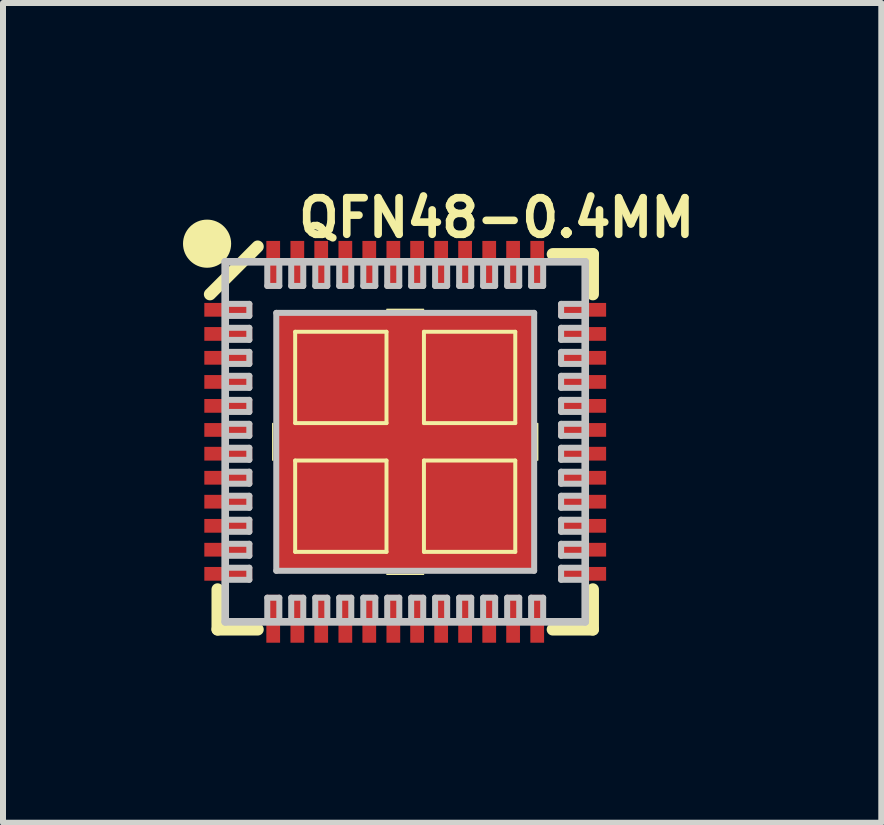
<source format=kicad_pcb>
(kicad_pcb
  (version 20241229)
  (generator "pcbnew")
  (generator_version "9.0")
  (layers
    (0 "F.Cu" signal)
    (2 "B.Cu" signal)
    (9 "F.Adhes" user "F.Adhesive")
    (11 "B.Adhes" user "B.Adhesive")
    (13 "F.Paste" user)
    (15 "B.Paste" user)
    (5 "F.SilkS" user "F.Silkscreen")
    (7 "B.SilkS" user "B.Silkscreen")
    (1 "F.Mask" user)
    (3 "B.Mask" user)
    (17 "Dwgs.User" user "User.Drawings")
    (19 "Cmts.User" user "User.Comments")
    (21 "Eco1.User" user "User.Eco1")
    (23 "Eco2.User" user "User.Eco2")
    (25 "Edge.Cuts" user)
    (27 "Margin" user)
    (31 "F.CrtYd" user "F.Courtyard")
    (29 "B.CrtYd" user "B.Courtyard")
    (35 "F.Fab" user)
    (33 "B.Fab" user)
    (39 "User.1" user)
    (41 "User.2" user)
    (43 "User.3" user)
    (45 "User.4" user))
  (footprint "QFN48-0.4MM"
    (layer "F.Cu")
    (at 3.703 4.313)
    (property "Reference" "QFN48-0.4MM" (at 1.524 -3.734 0) (layer "F.SilkS") (effects (font (size 0.61 0.61) (thickness 0.127))))
    (attr smd)
    (fp_line (start -3.127 2.459) (end -3.127 3.127) (stroke (width 0.203) (type solid)) (layer "F.SilkS"))
    (fp_line (start -3.127 3.127) (end -2.459 3.127) (stroke (width 0.203) (type solid)) (layer "F.SilkS"))
    (fp_line (start -2.459 -3.254) (end -3.254 -2.459) (stroke (width 0.203) (type solid)) (layer "F.SilkS"))
    (fp_line (start -2.207 0.305) (end -2.207 -0.305) (stroke (width 0.025) (type solid)) (layer "F.SilkS"))
    (fp_line (start -1.834 -1.834) (end -0.312 -1.834) (stroke (width 0.066) (type solid)) (layer "F.SilkS"))
    (fp_line (start -1.834 -0.312) (end -1.834 -1.834) (stroke (width 0.066) (type solid)) (layer "F.SilkS"))
    (fp_line (start -1.834 -0.312) (end -0.312 -0.312) (stroke (width 0.066) (type solid)) (layer "F.SilkS"))
    (fp_line (start -1.834 0.312) (end -0.312 0.312) (stroke (width 0.066) (type solid)) (layer "F.SilkS"))
    (fp_line (start -1.834 1.834) (end -1.834 0.312) (stroke (width 0.066) (type solid)) (layer "F.SilkS"))
    (fp_line (start -1.834 1.834) (end -0.312 1.834) (stroke (width 0.066) (type solid)) (layer "F.SilkS"))
    (fp_line (start -0.312 -0.312) (end -0.312 -1.834) (stroke (width 0.066) (type solid)) (layer "F.SilkS"))
    (fp_line (start -0.312 1.834) (end -0.312 0.312) (stroke (width 0.066) (type solid)) (layer "F.SilkS"))
    (fp_line (start -0.305 -2.207) (end 0.305 -2.207) (stroke (width 0.025) (type solid)) (layer "F.SilkS"))
    (fp_line (start 0.305 2.207) (end -0.305 2.207) (stroke (width 0.025) (type solid)) (layer "F.SilkS"))
    (fp_line (start 0.312 -1.834) (end 1.834 -1.834) (stroke (width 0.066) (type solid)) (layer "F.SilkS"))
    (fp_line (start 0.312 -0.312) (end 0.312 -1.834) (stroke (width 0.066) (type solid)) (layer "F.SilkS"))
    (fp_line (start 0.312 -0.312) (end 1.834 -0.312) (stroke (width 0.066) (type solid)) (layer "F.SilkS"))
    (fp_line (start 0.312 0.312) (end 1.834 0.312) (stroke (width 0.066) (type solid)) (layer "F.SilkS"))
    (fp_line (start 0.312 1.834) (end 0.312 0.312) (stroke (width 0.066) (type solid)) (layer "F.SilkS"))
    (fp_line (start 0.312 1.834) (end 1.834 1.834) (stroke (width 0.066) (type solid)) (layer "F.SilkS"))
    (fp_line (start 1.834 -0.312) (end 1.834 -1.834) (stroke (width 0.066) (type solid)) (layer "F.SilkS"))
    (fp_line (start 1.834 1.834) (end 1.834 0.312) (stroke (width 0.066) (type solid)) (layer "F.SilkS"))
    (fp_line (start 2.207 -0.305) (end 2.207 0.305) (stroke (width 0.025) (type solid)) (layer "F.SilkS"))
    (fp_line (start 2.459 3.127) (end 3.127 3.127) (stroke (width 0.203) (type solid)) (layer "F.SilkS"))
    (fp_line (start 3.127 -3.127) (end 2.459 -3.127) (stroke (width 0.203) (type solid)) (layer "F.SilkS"))
    (fp_line (start 3.127 -2.459) (end 3.127 -3.127) (stroke (width 0.203) (type solid)) (layer "F.SilkS"))
    (fp_line (start 3.127 3.127) (end 3.127 2.459) (stroke (width 0.203) (type solid)) (layer "F.SilkS"))
    (fp_circle (center -3.302 -3.302) (end -3.302 -3.703) (stroke (width 0) (type solid)) (fill yes) (layer "F.SilkS"))
    (fp_line (start -3 -3) (end -3 3) (stroke (width 0.127) (type solid)) (layer "Dwgs.User"))
    (fp_line (start -3 -2.299) (end -3 -2.098) (stroke (width 0.1) (type solid)) (layer "Dwgs.User"))
    (fp_line (start -3 -2.098) (end -2.598 -2.098) (stroke (width 0.1) (type solid)) (layer "Dwgs.User"))
    (fp_line (start -3 -1.9) (end -3 -1.699) (stroke (width 0.1) (type solid)) (layer "Dwgs.User"))
    (fp_line (start -3 -1.699) (end -2.598 -1.699) (stroke (width 0.1) (type solid)) (layer "Dwgs.User"))
    (fp_line (start -3 -1.499) (end -3 -1.298) (stroke (width 0.1) (type solid)) (layer "Dwgs.User"))
    (fp_line (start -3 -1.298) (end -2.598 -1.298) (stroke (width 0.1) (type solid)) (layer "Dwgs.User"))
    (fp_line (start -3 -1.1) (end -3 -0.899) (stroke (width 0.1) (type solid)) (layer "Dwgs.User"))
    (fp_line (start -3 -0.899) (end -2.598 -0.899) (stroke (width 0.1) (type solid)) (layer "Dwgs.User"))
    (fp_line (start -3 -0.699) (end -3 -0.498) (stroke (width 0.1) (type solid)) (layer "Dwgs.User"))
    (fp_line (start -3 -0.498) (end -2.598 -0.498) (stroke (width 0.1) (type solid)) (layer "Dwgs.User"))
    (fp_line (start -3 -0.3) (end -3 -0.099) (stroke (width 0.1) (type solid)) (layer "Dwgs.User"))
    (fp_line (start -3 -0.099) (end -2.598 -0.099) (stroke (width 0.1) (type solid)) (layer "Dwgs.User"))
    (fp_line (start -3 0.099) (end -3 0.3) (stroke (width 0.1) (type solid)) (layer "Dwgs.User"))
    (fp_line (start -3 0.3) (end -2.598 0.3) (stroke (width 0.1) (type solid)) (layer "Dwgs.User"))
    (fp_line (start -3 0.498) (end -3 0.699) (stroke (width 0.1) (type solid)) (layer "Dwgs.User"))
    (fp_line (start -3 0.699) (end -2.598 0.699) (stroke (width 0.1) (type solid)) (layer "Dwgs.User"))
    (fp_line (start -3 0.899) (end -3 1.1) (stroke (width 0.1) (type solid)) (layer "Dwgs.User"))
    (fp_line (start -3 1.1) (end -2.598 1.1) (stroke (width 0.1) (type solid)) (layer "Dwgs.User"))
    (fp_line (start -3 1.298) (end -3 1.499) (stroke (width 0.1) (type solid)) (layer "Dwgs.User"))
    (fp_line (start -3 1.499) (end -2.598 1.499) (stroke (width 0.1) (type solid)) (layer "Dwgs.User"))
    (fp_line (start -3 1.699) (end -3 1.9) (stroke (width 0.1) (type solid)) (layer "Dwgs.User"))
    (fp_line (start -3 1.9) (end -2.598 1.9) (stroke (width 0.1) (type solid)) (layer "Dwgs.User"))
    (fp_line (start -3 2.098) (end -3 2.299) (stroke (width 0.1) (type solid)) (layer "Dwgs.User"))
    (fp_line (start -3 2.299) (end -2.598 2.299) (stroke (width 0.1) (type solid)) (layer "Dwgs.User"))
    (fp_line (start -3 3) (end 3 3) (stroke (width 0.127) (type solid)) (layer "Dwgs.User"))
    (fp_line (start -2.598 -2.299) (end -3 -2.299) (stroke (width 0.1) (type solid)) (layer "Dwgs.User"))
    (fp_line (start -2.598 -2.098) (end -2.598 -2.299) (stroke (width 0.1) (type solid)) (layer "Dwgs.User"))
    (fp_line (start -2.598 -1.9) (end -3 -1.9) (stroke (width 0.1) (type solid)) (layer "Dwgs.User"))
    (fp_line (start -2.598 -1.699) (end -2.598 -1.9) (stroke (width 0.1) (type solid)) (layer "Dwgs.User"))
    (fp_line (start -2.598 -1.499) (end -3 -1.499) (stroke (width 0.1) (type solid)) (layer "Dwgs.User"))
    (fp_line (start -2.598 -1.298) (end -2.598 -1.499) (stroke (width 0.1) (type solid)) (layer "Dwgs.User"))
    (fp_line (start -2.598 -1.1) (end -3 -1.1) (stroke (width 0.1) (type solid)) (layer "Dwgs.User"))
    (fp_line (start -2.598 -0.899) (end -2.598 -1.1) (stroke (width 0.1) (type solid)) (layer "Dwgs.User"))
    (fp_line (start -2.598 -0.699) (end -3 -0.699) (stroke (width 0.1) (type solid)) (layer "Dwgs.User"))
    (fp_line (start -2.598 -0.498) (end -2.598 -0.699) (stroke (width 0.1) (type solid)) (layer "Dwgs.User"))
    (fp_line (start -2.598 -0.3) (end -3 -0.3) (stroke (width 0.1) (type solid)) (layer "Dwgs.User"))
    (fp_line (start -2.598 -0.099) (end -2.598 -0.3) (stroke (width 0.1) (type solid)) (layer "Dwgs.User"))
    (fp_line (start -2.598 0.099) (end -3 0.099) (stroke (width 0.1) (type solid)) (layer "Dwgs.User"))
    (fp_line (start -2.598 0.3) (end -2.598 0.099) (stroke (width 0.1) (type solid)) (layer "Dwgs.User"))
    (fp_line (start -2.598 0.498) (end -3 0.498) (stroke (width 0.1) (type solid)) (layer "Dwgs.User"))
    (fp_line (start -2.598 0.699) (end -2.598 0.498) (stroke (width 0.1) (type solid)) (layer "Dwgs.User"))
    (fp_line (start -2.598 0.899) (end -3 0.899) (stroke (width 0.1) (type solid)) (layer "Dwgs.User"))
    (fp_line (start -2.598 1.1) (end -2.598 0.899) (stroke (width 0.1) (type solid)) (layer "Dwgs.User"))
    (fp_line (start -2.598 1.298) (end -3 1.298) (stroke (width 0.1) (type solid)) (layer "Dwgs.User"))
    (fp_line (start -2.598 1.499) (end -2.598 1.298) (stroke (width 0.1) (type solid)) (layer "Dwgs.User"))
    (fp_line (start -2.598 1.699) (end -3 1.699) (stroke (width 0.1) (type solid)) (layer "Dwgs.User"))
    (fp_line (start -2.598 1.9) (end -2.598 1.699) (stroke (width 0.1) (type solid)) (layer "Dwgs.User"))
    (fp_line (start -2.598 2.098) (end -3 2.098) (stroke (width 0.1) (type solid)) (layer "Dwgs.User"))
    (fp_line (start -2.598 2.299) (end -2.598 2.098) (stroke (width 0.1) (type solid)) (layer "Dwgs.User"))
    (fp_line (start -2.299 -3) (end -2.299 -2.598) (stroke (width 0.1) (type solid)) (layer "Dwgs.User"))
    (fp_line (start -2.299 -2.598) (end -2.098 -2.598) (stroke (width 0.1) (type solid)) (layer "Dwgs.User"))
    (fp_line (start -2.299 2.598) (end -2.299 3) (stroke (width 0.1) (type solid)) (layer "Dwgs.User"))
    (fp_line (start -2.299 3) (end -2.098 3) (stroke (width 0.1) (type solid)) (layer "Dwgs.User"))
    (fp_line (start -2.149 -2.149) (end -2.149 2.149) (stroke (width 0.1) (type solid)) (layer "Dwgs.User"))
    (fp_line (start -2.149 2.149) (end 2.149 2.149) (stroke (width 0.1) (type solid)) (layer "Dwgs.User"))
    (fp_line (start -2.098 -3) (end -2.299 -3) (stroke (width 0.1) (type solid)) (layer "Dwgs.User"))
    (fp_line (start -2.098 -2.598) (end -2.098 -3) (stroke (width 0.1) (type solid)) (layer "Dwgs.User"))
    (fp_line (start -2.098 2.598) (end -2.299 2.598) (stroke (width 0.1) (type solid)) (layer "Dwgs.User"))
    (fp_line (start -2.098 3) (end -2.098 2.598) (stroke (width 0.1) (type solid)) (layer "Dwgs.User"))
    (fp_line (start -1.9 -3) (end -1.9 -2.598) (stroke (width 0.1) (type solid)) (layer "Dwgs.User"))
    (fp_line (start -1.9 -2.598) (end -1.699 -2.598) (stroke (width 0.1) (type solid)) (layer "Dwgs.User"))
    (fp_line (start -1.9 2.598) (end -1.9 3) (stroke (width 0.1) (type solid)) (layer "Dwgs.User"))
    (fp_line (start -1.9 3) (end -1.699 3) (stroke (width 0.1) (type solid)) (layer "Dwgs.User"))
    (fp_line (start -1.699 -3) (end -1.9 -3) (stroke (width 0.1) (type solid)) (layer "Dwgs.User"))
    (fp_line (start -1.699 -2.598) (end -1.699 -3) (stroke (width 0.1) (type solid)) (layer "Dwgs.User"))
    (fp_line (start -1.699 2.598) (end -1.9 2.598) (stroke (width 0.1) (type solid)) (layer "Dwgs.User"))
    (fp_line (start -1.699 3) (end -1.699 2.598) (stroke (width 0.1) (type solid)) (layer "Dwgs.User"))
    (fp_line (start -1.499 -3) (end -1.499 -2.598) (stroke (width 0.1) (type solid)) (layer "Dwgs.User"))
    (fp_line (start -1.499 -2.598) (end -1.298 -2.598) (stroke (width 0.1) (type solid)) (layer "Dwgs.User"))
    (fp_line (start -1.499 2.598) (end -1.499 3) (stroke (width 0.1) (type solid)) (layer "Dwgs.User"))
    (fp_line (start -1.499 3) (end -1.298 3) (stroke (width 0.1) (type solid)) (layer "Dwgs.User"))
    (fp_line (start -1.298 -3) (end -1.499 -3) (stroke (width 0.1) (type solid)) (layer "Dwgs.User"))
    (fp_line (start -1.298 -2.598) (end -1.298 -3) (stroke (width 0.1) (type solid)) (layer "Dwgs.User"))
    (fp_line (start -1.298 2.598) (end -1.499 2.598) (stroke (width 0.1) (type solid)) (layer "Dwgs.User"))
    (fp_line (start -1.298 3) (end -1.298 2.598) (stroke (width 0.1) (type solid)) (layer "Dwgs.User"))
    (fp_line (start -1.1 -3) (end -1.1 -2.598) (stroke (width 0.1) (type solid)) (layer "Dwgs.User"))
    (fp_line (start -1.1 -2.598) (end -0.899 -2.598) (stroke (width 0.1) (type solid)) (layer "Dwgs.User"))
    (fp_line (start -1.1 2.598) (end -1.1 3) (stroke (width 0.1) (type solid)) (layer "Dwgs.User"))
    (fp_line (start -1.1 3) (end -0.899 3) (stroke (width 0.1) (type solid)) (layer "Dwgs.User"))
    (fp_line (start -0.899 -3) (end -1.1 -3) (stroke (width 0.1) (type solid)) (layer "Dwgs.User"))
    (fp_line (start -0.899 -2.598) (end -0.899 -3) (stroke (width 0.1) (type solid)) (layer "Dwgs.User"))
    (fp_line (start -0.899 2.598) (end -1.1 2.598) (stroke (width 0.1) (type solid)) (layer "Dwgs.User"))
    (fp_line (start -0.899 3) (end -0.899 2.598) (stroke (width 0.1) (type solid)) (layer "Dwgs.User"))
    (fp_line (start -0.699 -3) (end -0.699 -2.598) (stroke (width 0.1) (type solid)) (layer "Dwgs.User"))
    (fp_line (start -0.699 -2.598) (end -0.498 -2.598) (stroke (width 0.1) (type solid)) (layer "Dwgs.User"))
    (fp_line (start -0.699 2.598) (end -0.699 3) (stroke (width 0.1) (type solid)) (layer "Dwgs.User"))
    (fp_line (start -0.699 3) (end -0.498 3) (stroke (width 0.1) (type solid)) (layer "Dwgs.User"))
    (fp_line (start -0.498 -3) (end -0.699 -3) (stroke (width 0.1) (type solid)) (layer "Dwgs.User"))
    (fp_line (start -0.498 -2.598) (end -0.498 -3) (stroke (width 0.1) (type solid)) (layer "Dwgs.User"))
    (fp_line (start -0.498 2.598) (end -0.699 2.598) (stroke (width 0.1) (type solid)) (layer "Dwgs.User"))
    (fp_line (start -0.498 3) (end -0.498 2.598) (stroke (width 0.1) (type solid)) (layer "Dwgs.User"))
    (fp_line (start -0.3 -3) (end -0.3 -2.598) (stroke (width 0.1) (type solid)) (layer "Dwgs.User"))
    (fp_line (start -0.3 -2.598) (end -0.099 -2.598) (stroke (width 0.1) (type solid)) (layer "Dwgs.User"))
    (fp_line (start -0.3 2.598) (end -0.3 3) (stroke (width 0.1) (type solid)) (layer "Dwgs.User"))
    (fp_line (start -0.3 3) (end -0.099 3) (stroke (width 0.1) (type solid)) (layer "Dwgs.User"))
    (fp_line (start -0.099 -3) (end -0.3 -3) (stroke (width 0.1) (type solid)) (layer "Dwgs.User"))
    (fp_line (start -0.099 -2.598) (end -0.099 -3) (stroke (width 0.1) (type solid)) (layer "Dwgs.User"))
    (fp_line (start -0.099 2.598) (end -0.3 2.598) (stroke (width 0.1) (type solid)) (layer "Dwgs.User"))
    (fp_line (start -0.099 3) (end -0.099 2.598) (stroke (width 0.1) (type solid)) (layer "Dwgs.User"))
    (fp_line (start 0.099 -3) (end 0.099 -2.598) (stroke (width 0.1) (type solid)) (layer "Dwgs.User"))
    (fp_line (start 0.099 -2.598) (end 0.3 -2.598) (stroke (width 0.1) (type solid)) (layer "Dwgs.User"))
    (fp_line (start 0.099 2.598) (end 0.099 3) (stroke (width 0.1) (type solid)) (layer "Dwgs.User"))
    (fp_line (start 0.099 3) (end 0.3 3) (stroke (width 0.1) (type solid)) (layer "Dwgs.User"))
    (fp_line (start 0.3 -3) (end 0.099 -3) (stroke (width 0.1) (type solid)) (layer "Dwgs.User"))
    (fp_line (start 0.3 -2.598) (end 0.3 -3) (stroke (width 0.1) (type solid)) (layer "Dwgs.User"))
    (fp_line (start 0.3 2.598) (end 0.099 2.598) (stroke (width 0.1) (type solid)) (layer "Dwgs.User"))
    (fp_line (start 0.3 3) (end 0.3 2.598) (stroke (width 0.1) (type solid)) (layer "Dwgs.User"))
    (fp_line (start 0.498 -3) (end 0.498 -2.598) (stroke (width 0.1) (type solid)) (layer "Dwgs.User"))
    (fp_line (start 0.498 -2.598) (end 0.699 -2.598) (stroke (width 0.1) (type solid)) (layer "Dwgs.User"))
    (fp_line (start 0.498 2.598) (end 0.498 3) (stroke (width 0.1) (type solid)) (layer "Dwgs.User"))
    (fp_line (start 0.498 3) (end 0.699 3) (stroke (width 0.1) (type solid)) (layer "Dwgs.User"))
    (fp_line (start 0.699 -3) (end 0.498 -3) (stroke (width 0.1) (type solid)) (layer "Dwgs.User"))
    (fp_line (start 0.699 -2.598) (end 0.699 -3) (stroke (width 0.1) (type solid)) (layer "Dwgs.User"))
    (fp_line (start 0.699 2.598) (end 0.498 2.598) (stroke (width 0.1) (type solid)) (layer "Dwgs.User"))
    (fp_line (start 0.699 3) (end 0.699 2.598) (stroke (width 0.1) (type solid)) (layer "Dwgs.User"))
    (fp_line (start 0.899 -3) (end 0.899 -2.598) (stroke (width 0.1) (type solid)) (layer "Dwgs.User"))
    (fp_line (start 0.899 -2.598) (end 1.1 -2.598) (stroke (width 0.1) (type solid)) (layer "Dwgs.User"))
    (fp_line (start 0.899 2.598) (end 0.899 3) (stroke (width 0.1) (type solid)) (layer "Dwgs.User"))
    (fp_line (start 0.899 3) (end 1.1 3) (stroke (width 0.1) (type solid)) (layer "Dwgs.User"))
    (fp_line (start 1.1 -3) (end 0.899 -3) (stroke (width 0.1) (type solid)) (layer "Dwgs.User"))
    (fp_line (start 1.1 -2.598) (end 1.1 -3) (stroke (width 0.1) (type solid)) (layer "Dwgs.User"))
    (fp_line (start 1.1 2.598) (end 0.899 2.598) (stroke (width 0.1) (type solid)) (layer "Dwgs.User"))
    (fp_line (start 1.1 3) (end 1.1 2.598) (stroke (width 0.1) (type solid)) (layer "Dwgs.User"))
    (fp_line (start 1.298 -3) (end 1.298 -2.598) (stroke (width 0.1) (type solid)) (layer "Dwgs.User"))
    (fp_line (start 1.298 -2.598) (end 1.499 -2.598) (stroke (width 0.1) (type solid)) (layer "Dwgs.User"))
    (fp_line (start 1.298 2.598) (end 1.298 3) (stroke (width 0.1) (type solid)) (layer "Dwgs.User"))
    (fp_line (start 1.298 3) (end 1.499 3) (stroke (width 0.1) (type solid)) (layer "Dwgs.User"))
    (fp_line (start 1.499 -3) (end 1.298 -3) (stroke (width 0.1) (type solid)) (layer "Dwgs.User"))
    (fp_line (start 1.499 -2.598) (end 1.499 -3) (stroke (width 0.1) (type solid)) (layer "Dwgs.User"))
    (fp_line (start 1.499 2.598) (end 1.298 2.598) (stroke (width 0.1) (type solid)) (layer "Dwgs.User"))
    (fp_line (start 1.499 3) (end 1.499 2.598) (stroke (width 0.1) (type solid)) (layer "Dwgs.User"))
    (fp_line (start 1.699 -3) (end 1.699 -2.598) (stroke (width 0.1) (type solid)) (layer "Dwgs.User"))
    (fp_line (start 1.699 -2.598) (end 1.9 -2.598) (stroke (width 0.1) (type solid)) (layer "Dwgs.User"))
    (fp_line (start 1.699 2.598) (end 1.699 3) (stroke (width 0.1) (type solid)) (layer "Dwgs.User"))
    (fp_line (start 1.699 3) (end 1.9 3) (stroke (width 0.1) (type solid)) (layer "Dwgs.User"))
    (fp_line (start 1.9 -3) (end 1.699 -3) (stroke (width 0.1) (type solid)) (layer "Dwgs.User"))
    (fp_line (start 1.9 -2.598) (end 1.9 -3) (stroke (width 0.1) (type solid)) (layer "Dwgs.User"))
    (fp_line (start 1.9 2.598) (end 1.699 2.598) (stroke (width 0.1) (type solid)) (layer "Dwgs.User"))
    (fp_line (start 1.9 3) (end 1.9 2.598) (stroke (width 0.1) (type solid)) (layer "Dwgs.User"))
    (fp_line (start 2.098 -3) (end 2.098 -2.598) (stroke (width 0.1) (type solid)) (layer "Dwgs.User"))
    (fp_line (start 2.098 -2.598) (end 2.299 -2.598) (stroke (width 0.1) (type solid)) (layer "Dwgs.User"))
    (fp_line (start 2.098 2.598) (end 2.098 3) (stroke (width 0.1) (type solid)) (layer "Dwgs.User"))
    (fp_line (start 2.098 3) (end 2.299 3) (stroke (width 0.1) (type solid)) (layer "Dwgs.User"))
    (fp_line (start 2.149 -2.149) (end -2.149 -2.149) (stroke (width 0.1) (type solid)) (layer "Dwgs.User"))
    (fp_line (start 2.149 2.149) (end 2.149 -2.149) (stroke (width 0.1) (type solid)) (layer "Dwgs.User"))
    (fp_line (start 2.299 -3) (end 2.098 -3) (stroke (width 0.1) (type solid)) (layer "Dwgs.User"))
    (fp_line (start 2.299 -2.598) (end 2.299 -3) (stroke (width 0.1) (type solid)) (layer "Dwgs.User"))
    (fp_line (start 2.299 2.598) (end 2.098 2.598) (stroke (width 0.1) (type solid)) (layer "Dwgs.User"))
    (fp_line (start 2.299 3) (end 2.299 2.598) (stroke (width 0.1) (type solid)) (layer "Dwgs.User"))
    (fp_line (start 2.598 -2.299) (end 2.598 -2.098) (stroke (width 0.1) (type solid)) (layer "Dwgs.User"))
    (fp_line (start 2.598 -2.098) (end 3 -2.098) (stroke (width 0.1) (type solid)) (layer "Dwgs.User"))
    (fp_line (start 2.598 -1.9) (end 2.598 -1.699) (stroke (width 0.1) (type solid)) (layer "Dwgs.User"))
    (fp_line (start 2.598 -1.699) (end 3 -1.699) (stroke (width 0.1) (type solid)) (layer "Dwgs.User"))
    (fp_line (start 2.598 -1.499) (end 2.598 -1.298) (stroke (width 0.1) (type solid)) (layer "Dwgs.User"))
    (fp_line (start 2.598 -1.298) (end 3 -1.298) (stroke (width 0.1) (type solid)) (layer "Dwgs.User"))
    (fp_line (start 2.598 -1.1) (end 2.598 -0.899) (stroke (width 0.1) (type solid)) (layer "Dwgs.User"))
    (fp_line (start 2.598 -0.899) (end 3 -0.899) (stroke (width 0.1) (type solid)) (layer "Dwgs.User"))
    (fp_line (start 2.598 -0.699) (end 2.598 -0.498) (stroke (width 0.1) (type solid)) (layer "Dwgs.User"))
    (fp_line (start 2.598 -0.498) (end 3 -0.498) (stroke (width 0.1) (type solid)) (layer "Dwgs.User"))
    (fp_line (start 2.598 -0.3) (end 2.598 -0.099) (stroke (width 0.1) (type solid)) (layer "Dwgs.User"))
    (fp_line (start 2.598 -0.099) (end 3 -0.099) (stroke (width 0.1) (type solid)) (layer "Dwgs.User"))
    (fp_line (start 2.598 0.099) (end 2.598 0.3) (stroke (width 0.1) (type solid)) (layer "Dwgs.User"))
    (fp_line (start 2.598 0.3) (end 3 0.3) (stroke (width 0.1) (type solid)) (layer "Dwgs.User"))
    (fp_line (start 2.598 0.498) (end 2.598 0.699) (stroke (width 0.1) (type solid)) (layer "Dwgs.User"))
    (fp_line (start 2.598 0.699) (end 3 0.699) (stroke (width 0.1) (type solid)) (layer "Dwgs.User"))
    (fp_line (start 2.598 0.899) (end 2.598 1.1) (stroke (width 0.1) (type solid)) (layer "Dwgs.User"))
    (fp_line (start 2.598 1.1) (end 3 1.1) (stroke (width 0.1) (type solid)) (layer "Dwgs.User"))
    (fp_line (start 2.598 1.298) (end 2.598 1.499) (stroke (width 0.1) (type solid)) (layer "Dwgs.User"))
    (fp_line (start 2.598 1.499) (end 3 1.499) (stroke (width 0.1) (type solid)) (layer "Dwgs.User"))
    (fp_line (start 2.598 1.699) (end 2.598 1.9) (stroke (width 0.1) (type solid)) (layer "Dwgs.User"))
    (fp_line (start 2.598 1.9) (end 3 1.9) (stroke (width 0.1) (type solid)) (layer "Dwgs.User"))
    (fp_line (start 2.598 2.098) (end 2.598 2.299) (stroke (width 0.1) (type solid)) (layer "Dwgs.User"))
    (fp_line (start 2.598 2.299) (end 3 2.299) (stroke (width 0.1) (type solid)) (layer "Dwgs.User"))
    (fp_line (start 3 -3) (end -3 -3) (stroke (width 0.127) (type solid)) (layer "Dwgs.User"))
    (fp_line (start 3 -2.299) (end 2.598 -2.299) (stroke (width 0.1) (type solid)) (layer "Dwgs.User"))
    (fp_line (start 3 -2.098) (end 3 -2.299) (stroke (width 0.1) (type solid)) (layer "Dwgs.User"))
    (fp_line (start 3 -1.9) (end 2.598 -1.9) (stroke (width 0.1) (type solid)) (layer "Dwgs.User"))
    (fp_line (start 3 -1.699) (end 3 -1.9) (stroke (width 0.1) (type solid)) (layer "Dwgs.User"))
    (fp_line (start 3 -1.499) (end 2.598 -1.499) (stroke (width 0.1) (type solid)) (layer "Dwgs.User"))
    (fp_line (start 3 -1.298) (end 3 -1.499) (stroke (width 0.1) (type solid)) (layer "Dwgs.User"))
    (fp_line (start 3 -1.1) (end 2.598 -1.1) (stroke (width 0.1) (type solid)) (layer "Dwgs.User"))
    (fp_line (start 3 -0.899) (end 3 -1.1) (stroke (width 0.1) (type solid)) (layer "Dwgs.User"))
    (fp_line (start 3 -0.699) (end 2.598 -0.699) (stroke (width 0.1) (type solid)) (layer "Dwgs.User"))
    (fp_line (start 3 -0.498) (end 3 -0.699) (stroke (width 0.1) (type solid)) (layer "Dwgs.User"))
    (fp_line (start 3 -0.3) (end 2.598 -0.3) (stroke (width 0.1) (type solid)) (layer "Dwgs.User"))
    (fp_line (start 3 -0.099) (end 3 -0.3) (stroke (width 0.1) (type solid)) (layer "Dwgs.User"))
    (fp_line (start 3 0.099) (end 2.598 0.099) (stroke (width 0.1) (type solid)) (layer "Dwgs.User"))
    (fp_line (start 3 0.3) (end 3 0.099) (stroke (width 0.1) (type solid)) (layer "Dwgs.User"))
    (fp_line (start 3 0.498) (end 2.598 0.498) (stroke (width 0.1) (type solid)) (layer "Dwgs.User"))
    (fp_line (start 3 0.699) (end 3 0.498) (stroke (width 0.1) (type solid)) (layer "Dwgs.User"))
    (fp_line (start 3 0.899) (end 2.598 0.899) (stroke (width 0.1) (type solid)) (layer "Dwgs.User"))
    (fp_line (start 3 1.1) (end 3 0.899) (stroke (width 0.1) (type solid)) (layer "Dwgs.User"))
    (fp_line (start 3 1.298) (end 2.598 1.298) (stroke (width 0.1) (type solid)) (layer "Dwgs.User"))
    (fp_line (start 3 1.499) (end 3 1.298) (stroke (width 0.1) (type solid)) (layer "Dwgs.User"))
    (fp_line (start 3 1.699) (end 2.598 1.699) (stroke (width 0.1) (type solid)) (layer "Dwgs.User"))
    (fp_line (start 3 1.9) (end 3 1.699) (stroke (width 0.1) (type solid)) (layer "Dwgs.User"))
    (fp_line (start 3 2.098) (end 2.598 2.098) (stroke (width 0.1) (type solid)) (layer "Dwgs.User"))
    (fp_line (start 3 2.299) (end 3 2.098) (stroke (width 0.1) (type solid)) (layer "Dwgs.User"))
    (fp_line (start 3 3) (end 3 -3) (stroke (width 0.127) (type solid)) (layer "Dwgs.User"))
    (pad "1" smd rect (at -2.949 -2.2 270) (size 0.229 0.798) (layers "F.Cu" "F.Mask" "F.Paste"))
    (pad "2" smd rect (at -2.949 -1.798 270) (size 0.229 0.798) (layers "F.Cu" "F.Mask" "F.Paste"))
    (pad "3" smd rect (at -2.949 -1.4 270) (size 0.229 0.798) (layers "F.Cu" "F.Mask" "F.Paste"))
    (pad "4" smd rect (at -2.949 -0.998 270) (size 0.229 0.798) (layers "F.Cu" "F.Mask" "F.Paste"))
    (pad "5" smd rect (at -2.949 -0.599 270) (size 0.229 0.798) (layers "F.Cu" "F.Mask" "F.Paste"))
    (pad "6" smd rect (at -2.949 -0.198 270) (size 0.229 0.798) (layers "F.Cu" "F.Mask" "F.Paste"))
    (pad "7" smd rect (at -2.949 0.198 270) (size 0.229 0.798) (layers "F.Cu" "F.Mask" "F.Paste"))
    (pad "8" smd rect (at -2.949 0.599 270) (size 0.229 0.798) (layers "F.Cu" "F.Mask" "F.Paste"))
    (pad "9" smd rect (at -2.949 0.998 270) (size 0.229 0.798) (layers "F.Cu" "F.Mask" "F.Paste"))
    (pad "10" smd rect (at -2.949 1.4 270) (size 0.229 0.798) (layers "F.Cu" "F.Mask" "F.Paste"))
    (pad "11" smd rect (at -2.949 1.798 270) (size 0.229 0.798) (layers "F.Cu" "F.Mask" "F.Paste"))
    (pad "12" smd rect (at -2.949 2.2 270) (size 0.229 0.798) (layers "F.Cu" "F.Mask" "F.Paste"))
    (pad "13" smd rect (at -2.2 2.949) (size 0.229 0.798) (layers "F.Cu" "F.Mask" "F.Paste"))
    (pad "14" smd rect (at -1.798 2.949) (size 0.229 0.798) (layers "F.Cu" "F.Mask" "F.Paste"))
    (pad "15" smd rect (at -1.4 2.949) (size 0.229 0.798) (layers "F.Cu" "F.Mask" "F.Paste"))
    (pad "16" smd rect (at -0.998 2.949) (size 0.229 0.798) (layers "F.Cu" "F.Mask" "F.Paste"))
    (pad "17" smd rect (at -0.599 2.949) (size 0.229 0.798) (layers "F.Cu" "F.Mask" "F.Paste"))
    (pad "18" smd rect (at -0.198 2.949) (size 0.229 0.798) (layers "F.Cu" "F.Mask" "F.Paste"))
    (pad "19" smd rect (at 0.198 2.949) (size 0.229 0.798) (layers "F.Cu" "F.Mask" "F.Paste"))
    (pad "20" smd rect (at 0.599 2.949) (size 0.229 0.798) (layers "F.Cu" "F.Mask" "F.Paste"))
    (pad "21" smd rect (at 0.998 2.949) (size 0.229 0.798) (layers "F.Cu" "F.Mask" "F.Paste"))
    (pad "22" smd rect (at 1.4 2.949) (size 0.229 0.798) (layers "F.Cu" "F.Mask" "F.Paste"))
    (pad "23" smd rect (at 1.798 2.949) (size 0.229 0.798) (layers "F.Cu" "F.Mask" "F.Paste"))
    (pad "24" smd rect (at 2.2 2.949) (size 0.229 0.798) (layers "F.Cu" "F.Mask" "F.Paste"))
    (pad "25" smd rect (at 2.949 2.2 90) (size 0.229 0.798) (layers "F.Cu" "F.Mask" "F.Paste"))
    (pad "26" smd rect (at 2.949 1.798 90) (size 0.229 0.798) (layers "F.Cu" "F.Mask" "F.Paste"))
    (pad "27" smd rect (at 2.949 1.4 90) (size 0.229 0.798) (layers "F.Cu" "F.Mask" "F.Paste"))
    (pad "28" smd rect (at 2.949 0.998 90) (size 0.229 0.798) (layers "F.Cu" "F.Mask" "F.Paste"))
    (pad "29" smd rect (at 2.949 0.599 90) (size 0.229 0.798) (layers "F.Cu" "F.Mask" "F.Paste"))
    (pad "30" smd rect (at 2.949 0.198 90) (size 0.229 0.798) (layers "F.Cu" "F.Mask" "F.Paste"))
    (pad "31" smd rect (at 2.949 -0.198 90) (size 0.229 0.798) (layers "F.Cu" "F.Mask" "F.Paste"))
    (pad "32" smd rect (at 2.949 -0.599 90) (size 0.229 0.798) (layers "F.Cu" "F.Mask" "F.Paste"))
    (pad "33" smd rect (at 2.949 -0.998 90) (size 0.229 0.798) (layers "F.Cu" "F.Mask" "F.Paste"))
    (pad "34" smd rect (at 2.949 -1.4 90) (size 0.229 0.798) (layers "F.Cu" "F.Mask" "F.Paste"))
    (pad "35" smd rect (at 2.949 -1.798 90) (size 0.229 0.798) (layers "F.Cu" "F.Mask" "F.Paste"))
    (pad "36" smd rect (at 2.949 -2.2 90) (size 0.229 0.798) (layers "F.Cu" "F.Mask" "F.Paste"))
    (pad "37" smd rect (at 2.2 -2.949 180) (size 0.229 0.798) (layers "F.Cu" "F.Mask" "F.Paste"))
    (pad "38" smd rect (at 1.798 -2.949 180) (size 0.229 0.798) (layers "F.Cu" "F.Mask" "F.Paste"))
    (pad "39" smd rect (at 1.4 -2.949 180) (size 0.229 0.798) (layers "F.Cu" "F.Mask" "F.Paste"))
    (pad "40" smd rect (at 0.998 -2.949 180) (size 0.229 0.798) (layers "F.Cu" "F.Mask" "F.Paste"))
    (pad "41" smd rect (at 0.599 -2.949 180) (size 0.229 0.798) (layers "F.Cu" "F.Mask" "F.Paste"))
    (pad "42" smd rect (at 0.198 -2.949 180) (size 0.229 0.798) (layers "F.Cu" "F.Mask" "F.Paste"))
    (pad "43" smd rect (at -0.198 -2.949 180) (size 0.229 0.798) (layers "F.Cu" "F.Mask" "F.Paste"))
    (pad "44" smd rect (at -0.599 -2.949 180) (size 0.229 0.798) (layers "F.Cu" "F.Mask" "F.Paste"))
    (pad "45" smd rect (at -0.998 -2.949 180) (size 0.229 0.798) (layers "F.Cu" "F.Mask" "F.Paste"))
    (pad "46" smd rect (at -1.4 -2.949 180) (size 0.229 0.798) (layers "F.Cu" "F.Mask" "F.Paste"))
    (pad "47" smd rect (at -1.798 -2.949 180) (size 0.229 0.798) (layers "F.Cu" "F.Mask" "F.Paste"))
    (pad "48" smd rect (at -2.2 -2.949 180) (size 0.229 0.798) (layers "F.Cu" "F.Mask" "F.Paste"))
    (pad "EP" smd rect (at 0 0) (size 4.298 4.298) (layers "F.Cu" "F.Mask" "F.Paste")))
  (gr_rect
    (start -3 -3)
    (end 11.637 10.661)
    (stroke (width 0.1) (type default))
    (fill no)
    (layer "Edge.Cuts")))
</source>
